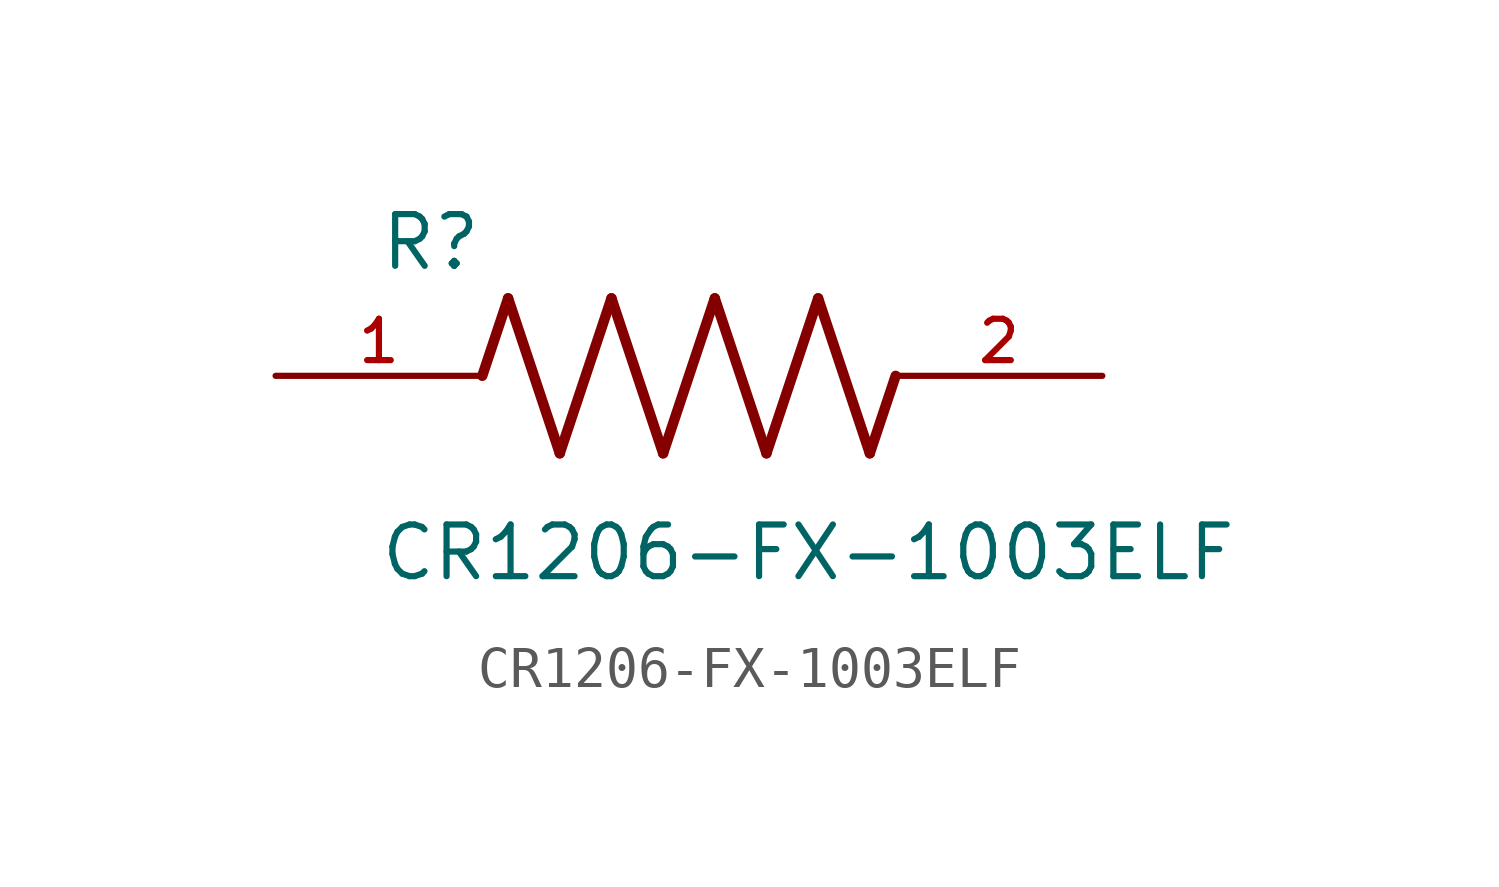
<source format=kicad_sym>
(kicad_symbol_lib
  (version 20211014)
  (generator kicad_symbol_editor)
  (symbol "CR1206-FX-1003ELF"
    (pin_names
      (offset 1.016))
    (property "Reference" "R"
      (at -7.624 2.541 0)
      (effects (font (size 1.27 1.27)) (justify bottom left)))
    (property "Value" "CR1206-FX-1003ELF"
      (at -7.63 -5.087 0)
      (effects (font (size 1.27 1.27)) (justify bottom left)))
    (symbol "CR1206-FX-1003ELF_0_0"
      (polyline (pts (xy -5.08 0.0) (xy -4.445 1.905)) (stroke (width 0.254)))
      (polyline (pts (xy -4.445 1.905) (xy -3.175 -1.905)) (stroke (width 0.254)))
      (polyline (pts (xy -3.175 -1.905) (xy -1.905 1.905)) (stroke (width 0.254)))
      (polyline (pts (xy -1.905 1.905) (xy -0.635 -1.905)) (stroke (width 0.254)))
      (polyline (pts (xy -0.635 -1.905) (xy 0.635 1.905)) (stroke (width 0.254)))
      (polyline (pts (xy 0.635 1.905) (xy 1.905 -1.905)) (stroke (width 0.254)))
      (polyline (pts (xy 1.905 -1.905) (xy 3.175 1.905)) (stroke (width 0.254)))
      (polyline (pts (xy 3.175 1.905) (xy 4.445 -1.905)) (stroke (width 0.254)))
      (polyline (pts (xy 4.445 -1.905) (xy 5.08 0.0)) (stroke (width 0.254)))
      (pin passive line (at -10.16 0.0 0) (length 5.08) (name "~" (effects (font (size 1.016 1.016)))) (number "1" (effects (font (size 1.016 1.016)))))
      (pin passive line (at 10.16 0.0 180.0) (length 5.08) (name "~" (effects (font (size 1.016 1.016)))) (number "2" (effects (font (size 1.016 1.016))))))))
</source>
